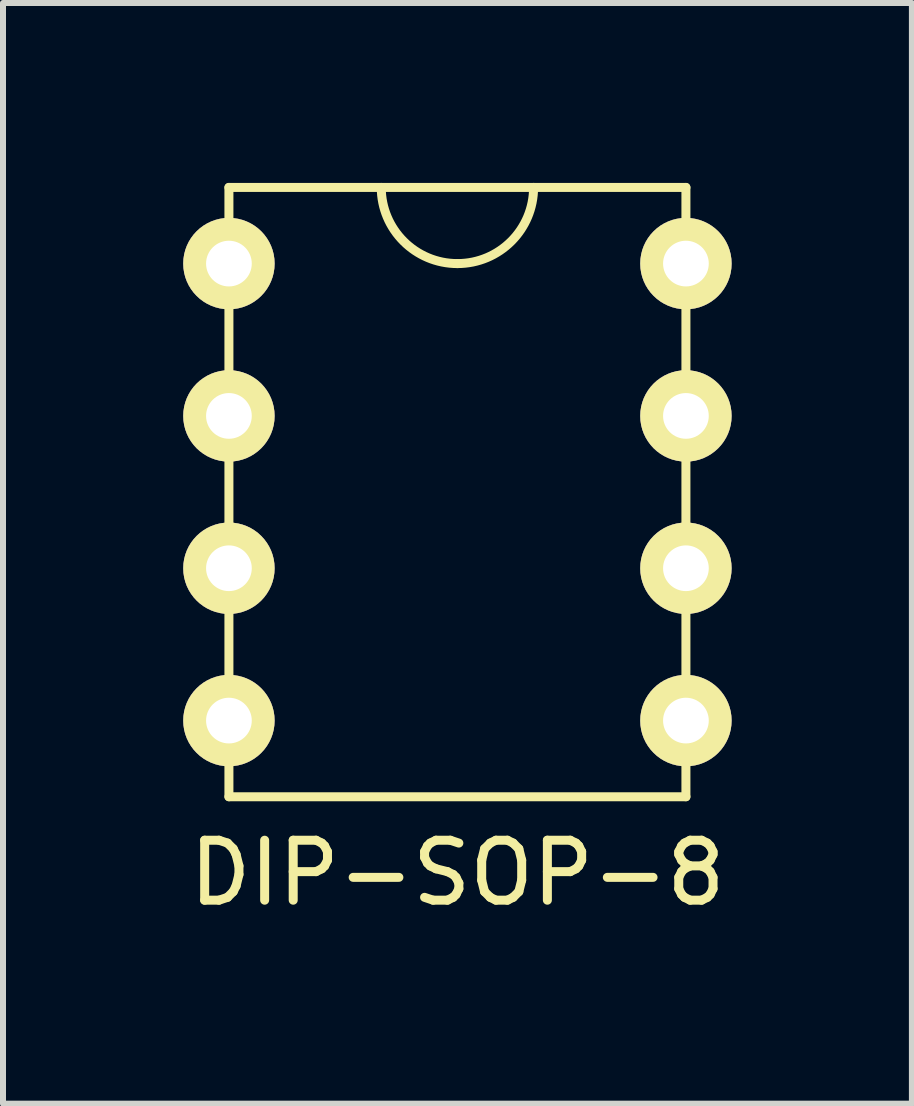
<source format=kicad_pcb>
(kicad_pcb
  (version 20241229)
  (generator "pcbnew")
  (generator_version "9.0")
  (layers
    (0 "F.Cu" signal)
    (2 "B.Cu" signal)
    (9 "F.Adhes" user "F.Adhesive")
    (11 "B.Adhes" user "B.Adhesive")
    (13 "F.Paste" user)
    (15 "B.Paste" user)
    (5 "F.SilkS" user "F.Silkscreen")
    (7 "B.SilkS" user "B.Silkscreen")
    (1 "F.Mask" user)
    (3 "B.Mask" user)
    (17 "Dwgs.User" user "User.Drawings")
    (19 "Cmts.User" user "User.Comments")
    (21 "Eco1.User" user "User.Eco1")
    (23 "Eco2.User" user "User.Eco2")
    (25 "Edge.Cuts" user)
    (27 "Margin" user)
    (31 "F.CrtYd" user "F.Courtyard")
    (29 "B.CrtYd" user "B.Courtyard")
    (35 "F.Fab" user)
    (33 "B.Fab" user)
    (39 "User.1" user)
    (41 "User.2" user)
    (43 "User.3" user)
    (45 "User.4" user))
  (footprint "DIP-SOP-8"
    (layer "F.Cu")
    (at 4.577 5.155)
    (property "Reference" "DIP-SOP-8" (at 0 6.35 0) (layer "F.SilkS") (effects (font (size 1 1) (thickness 0.15))))
    (attr through_hole)
    (fp_line (start -3.81 -5.08) (end 3.81 -5.08) (stroke (width 0.15) (type solid)) (layer "F.SilkS"))
    (fp_line (start -3.81 5.08) (end -3.81 -5.08) (stroke (width 0.15) (type solid)) (layer "F.SilkS"))
    (fp_line (start 3.81 -5.08) (end 3.81 5.08) (stroke (width 0.15) (type solid)) (layer "F.SilkS"))
    (fp_line (start 3.81 5.08) (end -3.81 5.08) (stroke (width 0.15) (type solid)) (layer "F.SilkS"))
    (fp_arc (start 0 -3.81) (mid -0.898026 -4.181974) (end -1.27 -5.08) (stroke (width 0.15) (type solid)) (layer "F.SilkS"))
    (fp_arc (start 1.27 -5.08) (mid 0.898026 -4.181974) (end 0 -3.81) (stroke (width 0.15) (type solid)) (layer "F.SilkS"))
    (pad "1" thru_hole circle (at -3.81 -3.81) (size 1.524 1.524) (drill 0.762) (layers "*.Cu" "*.Mask" "F.SilkS"))
    (pad "2" thru_hole circle (at -3.81 -1.27) (size 1.524 1.524) (drill 0.762) (layers "*.Cu" "*.Mask" "F.SilkS"))
    (pad "3" thru_hole circle (at -3.81 1.27) (size 1.524 1.524) (drill 0.762) (layers "*.Cu" "*.Mask" "F.SilkS"))
    (pad "4" thru_hole circle (at -3.81 3.81) (size 1.524 1.524) (drill 0.762) (layers "*.Cu" "*.Mask" "F.SilkS"))
    (pad "5" thru_hole circle (at 3.81 3.81) (size 1.524 1.524) (drill 0.762) (layers "*.Cu" "*.Mask" "F.SilkS"))
    (pad "6" thru_hole circle (at 3.81 1.27) (size 1.524 1.524) (drill 0.762) (layers "*.Cu" "*.Mask" "F.SilkS"))
    (pad "7" thru_hole circle (at 3.81 -1.27) (size 1.524 1.524) (drill 0.762) (layers "*.Cu" "*.Mask" "F.SilkS"))
    (pad "8" thru_hole circle (at 3.81 -3.81) (size 1.524 1.524) (drill 0.762) (layers "*.Cu" "*.Mask" "F.SilkS")))
  (gr_rect
    (start -3 -3)
    (end 12.155 15.353)
    (stroke (width 0.1) (type default))
    (fill no)
    (layer "Edge.Cuts")))
</source>
